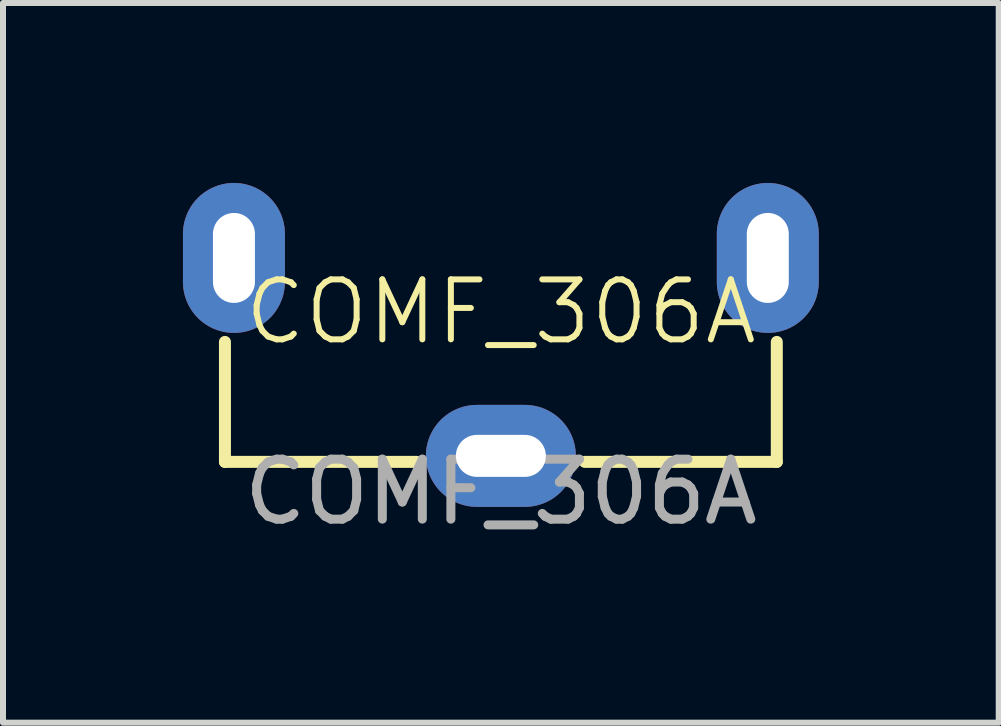
<source format=kicad_pcb>
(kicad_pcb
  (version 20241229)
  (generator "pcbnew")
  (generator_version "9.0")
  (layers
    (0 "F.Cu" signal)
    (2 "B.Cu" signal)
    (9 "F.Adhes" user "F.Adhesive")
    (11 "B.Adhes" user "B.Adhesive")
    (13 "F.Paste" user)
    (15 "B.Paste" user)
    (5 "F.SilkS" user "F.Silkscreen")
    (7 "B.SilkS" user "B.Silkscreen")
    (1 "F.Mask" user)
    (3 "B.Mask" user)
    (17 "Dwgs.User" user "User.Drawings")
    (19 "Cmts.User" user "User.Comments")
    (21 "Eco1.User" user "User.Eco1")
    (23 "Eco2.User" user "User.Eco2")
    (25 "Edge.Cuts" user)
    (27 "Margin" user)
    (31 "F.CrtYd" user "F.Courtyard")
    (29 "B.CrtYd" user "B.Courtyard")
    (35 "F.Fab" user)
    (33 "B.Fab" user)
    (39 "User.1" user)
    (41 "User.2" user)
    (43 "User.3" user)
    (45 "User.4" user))
  (footprint "COMF_306A"
    (layer "F.Cu")
    (at 5.3 2.65)
    (property "Reference" "COMF_306A" (at 0 -0.5 0) (unlocked yes) (layer "F.SilkS") (effects (font (size 1 1) (thickness 0.1))))
    (attr through_hole)
    (fp_line (start -4.6 0) (end -4.6 2) (stroke (width 0.2) (type default)) (layer "F.SilkS"))
    (fp_line (start -1.4 2) (end -4.6 2) (stroke (width 0.2) (type default)) (layer "F.SilkS"))
    (fp_line (start 4.6 0) (end 4.6 2) (stroke (width 0.2) (type default)) (layer "F.SilkS"))
    (fp_line (start 4.6 2) (end 1.4 2) (stroke (width 0.2) (type default)) (layer "F.SilkS"))
    (fp_text user "${REFERENCE}" (at 0 2.5 0) (unlocked yes) (layer "F.Fab") (effects (font (size 1 1) (thickness 0.15))))
    (pad "1" thru_hole oval (at -4.45 -1.4 90) (size 2.5 1.7) (drill oval 1.5 0.7) (layers "*.Cu" "*.Mask"))
    (pad "1" thru_hole oval (at 0 1.9) (size 2.5 1.7) (drill oval 1.5 0.7) (layers "*.Cu" "*.Mask"))
    (pad "1" thru_hole oval (at 4.45 -1.4 90) (size 2.5 1.7) (drill oval 1.5 0.7) (layers "*.Cu" "*.Mask")))
  (gr_rect
    (start -3 -3)
    (end 13.6 8.998)
    (stroke (width 0.1) (type default))
    (fill no)
    (layer "Edge.Cuts")))
</source>
